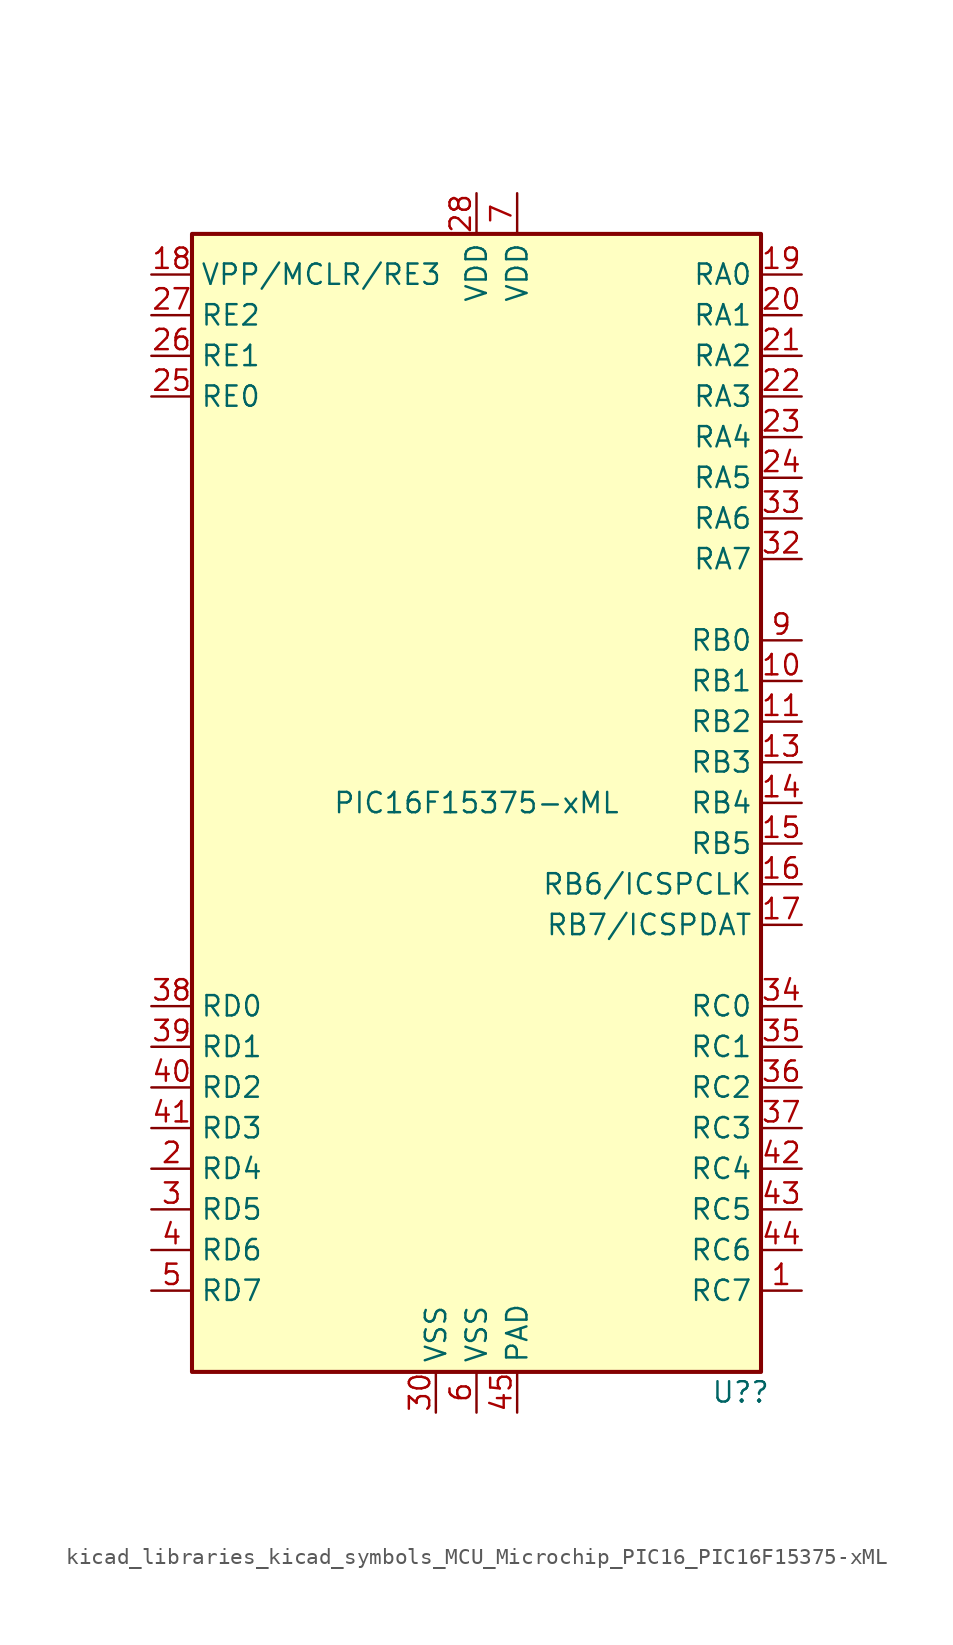
<source format=kicad_sym>
(kicad_symbol_lib
  (version 20220914)
  (generator kicad_symbol_editor)
  (symbol "kicad_libraries_kicad_symbols_MCU_Microchip_PIC16_PIC16F15375-xML"
    (property "Reference" "U?"
      (at 16.51 -36.83 0)
      (effects (font (size 1.27 1.27))))
    (property "Value" "PIC16F15375-xML"
      (at 0 0 0)
      (effects (font (size 1.27 1.27))))
    (symbol "kicad_libraries_kicad_symbols_MCU_Microchip_PIC16_PIC16F15375-xML_0_0"
      (pin no_connect line (at -17.78 0 0) (length 2.54) hide (name "NC" (effects (font (size 1.27 1.27)))) (number "13" (effects (font (size 1.27 1.27)))))
      (pin no_connect line (at -17.78 2.54 0) (length 2.54) hide (name "NC" (effects (font (size 1.27 1.27)))) (number "29" (effects (font (size 1.27 1.27)))))
      (pin no_connect line (at -17.78 7.62 0) (length 2.54) hide (name "NC" (effects (font (size 1.27 1.27)))) (number "31" (effects (font (size 1.27 1.27)))))
      (pin power_in line (at 2.54 -38.1 90) (length 2.54) (name "PAD" (effects (font (size 1.27 1.27)))) (number "45" (effects (font (size 1.27 1.27)))))
      (pin no_connect line (at -17.78 5.08 0) (length 2.54) hide (name "NC" (effects (font (size 1.27 1.27)))) (number "8" (effects (font (size 1.27 1.27))))))
    (symbol "kicad_libraries_kicad_symbols_MCU_Microchip_PIC16_PIC16F15375-xML_0_1"
      (rectangle (start -17.78 35.56) (end 17.78 -35.56) (stroke (width 0.254) (type default)) (fill (type background))))
    (symbol "kicad_libraries_kicad_symbols_MCU_Microchip_PIC16_PIC16F15375-xML_1_1"
      (pin bidirectional line (at 20.32 -30.48 180) (length 2.54) (name "RC7" (effects (font (size 1.27 1.27)))) (number "1" (effects (font (size 1.27 1.27)))))
      (pin bidirectional line (at 20.32 7.62 180) (length 2.54) (name "RB1" (effects (font (size 1.27 1.27)))) (number "10" (effects (font (size 1.27 1.27)))))
      (pin bidirectional line (at 20.32 5.08 180) (length 2.54) (name "RB2" (effects (font (size 1.27 1.27)))) (number "11" (effects (font (size 1.27 1.27)))))
      (pin bidirectional line (at 20.32 2.54 180) (length 2.54) (name "RB3" (effects (font (size 1.27 1.27)))) (number "13" (effects (font (size 1.27 1.27)))))
      (pin bidirectional line (at 20.32 0 180) (length 2.54) (name "RB4" (effects (font (size 1.27 1.27)))) (number "14" (effects (font (size 1.27 1.27)))))
      (pin bidirectional line (at 20.32 -2.54 180) (length 2.54) (name "RB5" (effects (font (size 1.27 1.27)))) (number "15" (effects (font (size 1.27 1.27)))))
      (pin bidirectional line (at 20.32 -5.08 180) (length 2.54) (name "RB6/ICSPCLK" (effects (font (size 1.27 1.27)))) (number "16" (effects (font (size 1.27 1.27)))))
      (pin bidirectional line (at 20.32 -7.62 180) (length 2.54) (name "RB7/ICSPDAT" (effects (font (size 1.27 1.27)))) (number "17" (effects (font (size 1.27 1.27)))))
      (pin bidirectional line (at -20.32 33.02 0) (length 2.54) (name "VPP/MCLR/RE3" (effects (font (size 1.27 1.27)))) (number "18" (effects (font (size 1.27 1.27)))))
      (pin bidirectional line (at 20.32 33.02 180) (length 2.54) (name "RA0" (effects (font (size 1.27 1.27)))) (number "19" (effects (font (size 1.27 1.27)))))
      (pin bidirectional line (at -20.32 -22.86 0) (length 2.54) (name "RD4" (effects (font (size 1.27 1.27)))) (number "2" (effects (font (size 1.27 1.27)))))
      (pin bidirectional line (at 20.32 30.48 180) (length 2.54) (name "RA1" (effects (font (size 1.27 1.27)))) (number "20" (effects (font (size 1.27 1.27)))))
      (pin bidirectional line (at 20.32 27.94 180) (length 2.54) (name "RA2" (effects (font (size 1.27 1.27)))) (number "21" (effects (font (size 1.27 1.27)))))
      (pin bidirectional line (at 20.32 25.4 180) (length 2.54) (name "RA3" (effects (font (size 1.27 1.27)))) (number "22" (effects (font (size 1.27 1.27)))))
      (pin bidirectional line (at 20.32 22.86 180) (length 2.54) (name "RA4" (effects (font (size 1.27 1.27)))) (number "23" (effects (font (size 1.27 1.27)))))
      (pin bidirectional line (at 20.32 20.32 180) (length 2.54) (name "RA5" (effects (font (size 1.27 1.27)))) (number "24" (effects (font (size 1.27 1.27)))))
      (pin bidirectional line (at -20.32 25.4 0) (length 2.54) (name "RE0" (effects (font (size 1.27 1.27)))) (number "25" (effects (font (size 1.27 1.27)))))
      (pin bidirectional line (at -20.32 27.94 0) (length 2.54) (name "RE1" (effects (font (size 1.27 1.27)))) (number "26" (effects (font (size 1.27 1.27)))))
      (pin bidirectional line (at -20.32 30.48 0) (length 2.54) (name "RE2" (effects (font (size 1.27 1.27)))) (number "27" (effects (font (size 1.27 1.27)))))
      (pin power_in line (at 0 38.1 270) (length 2.54) (name "VDD" (effects (font (size 1.27 1.27)))) (number "28" (effects (font (size 1.27 1.27)))))
      (pin bidirectional line (at -20.32 -25.4 0) (length 2.54) (name "RD5" (effects (font (size 1.27 1.27)))) (number "3" (effects (font (size 1.27 1.27)))))
      (pin power_in line (at -2.54 -38.1 90) (length 2.54) (name "VSS" (effects (font (size 1.27 1.27)))) (number "30" (effects (font (size 1.27 1.27)))))
      (pin bidirectional line (at 20.32 15.24 180) (length 2.54) (name "RA7" (effects (font (size 1.27 1.27)))) (number "32" (effects (font (size 1.27 1.27)))))
      (pin bidirectional line (at 20.32 17.78 180) (length 2.54) (name "RA6" (effects (font (size 1.27 1.27)))) (number "33" (effects (font (size 1.27 1.27)))))
      (pin bidirectional line (at 20.32 -12.7 180) (length 2.54) (name "RC0" (effects (font (size 1.27 1.27)))) (number "34" (effects (font (size 1.27 1.27)))))
      (pin bidirectional line (at 20.32 -15.24 180) (length 2.54) (name "RC1" (effects (font (size 1.27 1.27)))) (number "35" (effects (font (size 1.27 1.27)))))
      (pin bidirectional line (at 20.32 -17.78 180) (length 2.54) (name "RC2" (effects (font (size 1.27 1.27)))) (number "36" (effects (font (size 1.27 1.27)))))
      (pin bidirectional line (at 20.32 -20.32 180) (length 2.54) (name "RC3" (effects (font (size 1.27 1.27)))) (number "37" (effects (font (size 1.27 1.27)))))
      (pin bidirectional line (at -20.32 -12.7 0) (length 2.54) (name "RD0" (effects (font (size 1.27 1.27)))) (number "38" (effects (font (size 1.27 1.27)))))
      (pin bidirectional line (at -20.32 -15.24 0) (length 2.54) (name "RD1" (effects (font (size 1.27 1.27)))) (number "39" (effects (font (size 1.27 1.27)))))
      (pin bidirectional line (at -20.32 -27.94 0) (length 2.54) (name "RD6" (effects (font (size 1.27 1.27)))) (number "4" (effects (font (size 1.27 1.27)))))
      (pin bidirectional line (at -20.32 -17.78 0) (length 2.54) (name "RD2" (effects (font (size 1.27 1.27)))) (number "40" (effects (font (size 1.27 1.27)))))
      (pin bidirectional line (at -20.32 -20.32 0) (length 2.54) (name "RD3" (effects (font (size 1.27 1.27)))) (number "41" (effects (font (size 1.27 1.27)))))
      (pin bidirectional line (at 20.32 -22.86 180) (length 2.54) (name "RC4" (effects (font (size 1.27 1.27)))) (number "42" (effects (font (size 1.27 1.27)))))
      (pin bidirectional line (at 20.32 -25.4 180) (length 2.54) (name "RC5" (effects (font (size 1.27 1.27)))) (number "43" (effects (font (size 1.27 1.27)))))
      (pin bidirectional line (at 20.32 -27.94 180) (length 2.54) (name "RC6" (effects (font (size 1.27 1.27)))) (number "44" (effects (font (size 1.27 1.27)))))
      (pin bidirectional line (at -20.32 -30.48 0) (length 2.54) (name "RD7" (effects (font (size 1.27 1.27)))) (number "5" (effects (font (size 1.27 1.27)))))
      (pin power_in line (at 0 -38.1 90) (length 2.54) (name "VSS" (effects (font (size 1.27 1.27)))) (number "6" (effects (font (size 1.27 1.27)))))
      (pin power_in line (at 2.54 38.1 270) (length 2.54) (name "VDD" (effects (font (size 1.27 1.27)))) (number "7" (effects (font (size 1.27 1.27)))))
      (pin bidirectional line (at 20.32 10.16 180) (length 2.54) (name "RB0" (effects (font (size 1.27 1.27)))) (number "9" (effects (font (size 1.27 1.27))))))))
</source>
